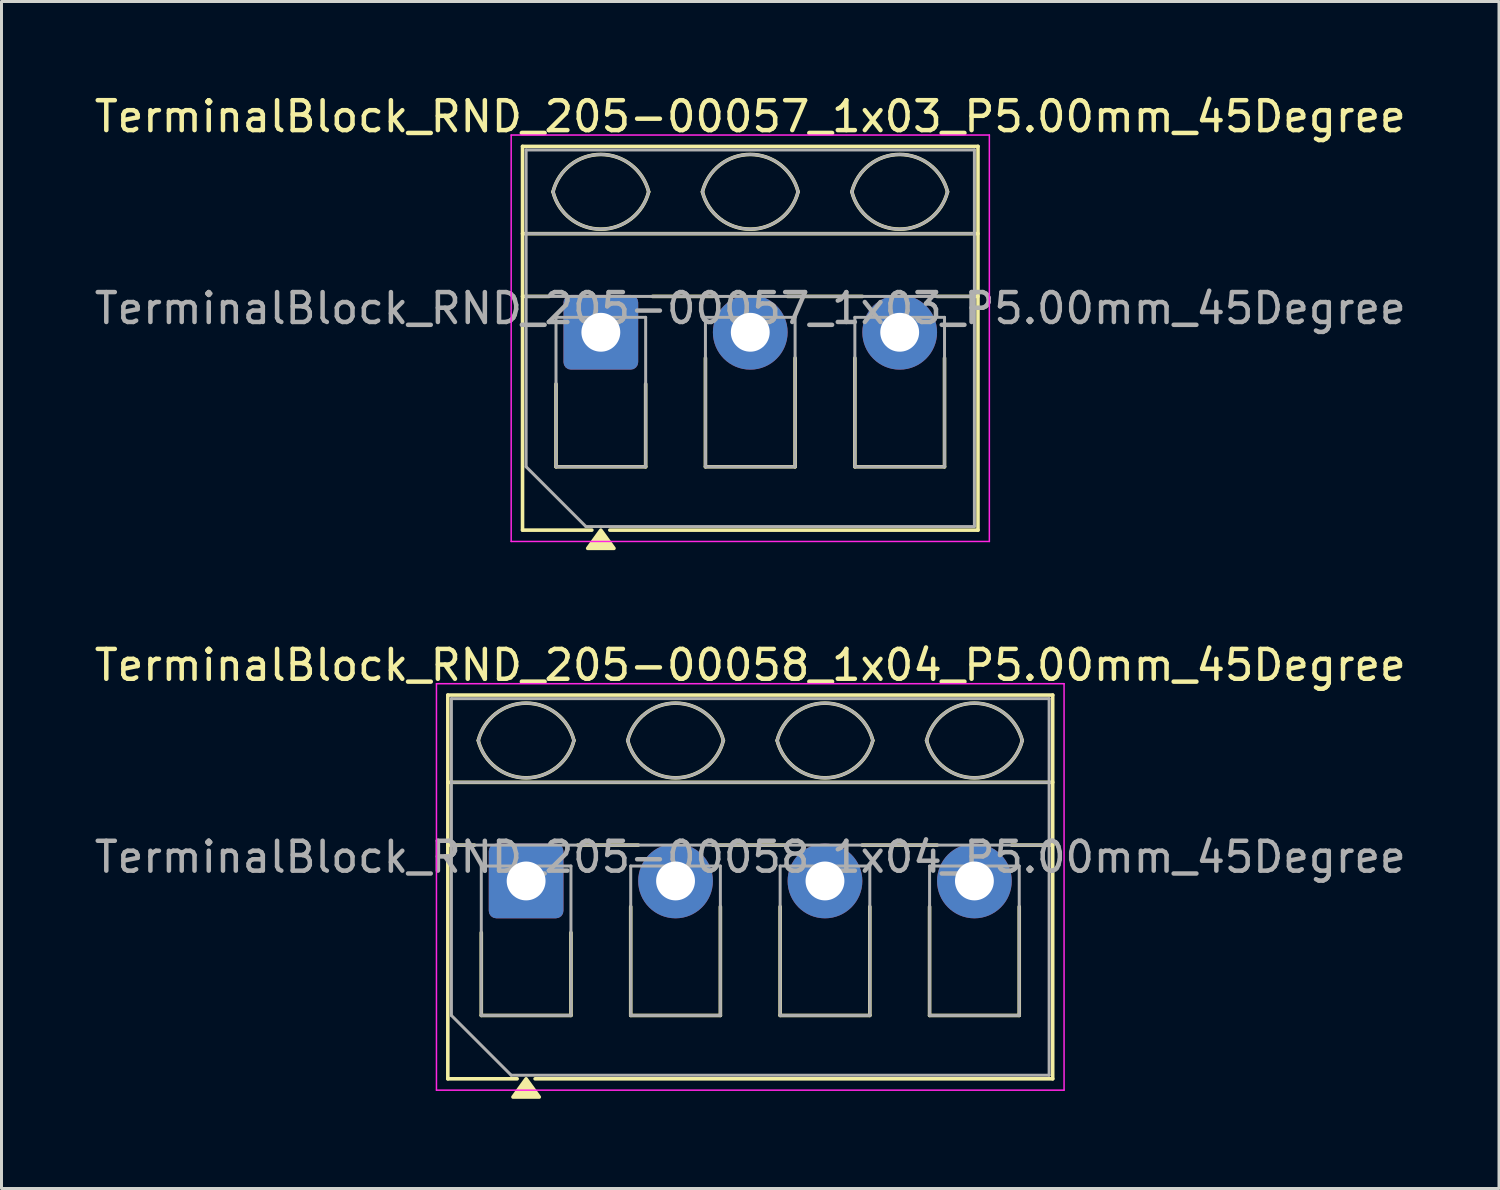
<source format=kicad_pcb>
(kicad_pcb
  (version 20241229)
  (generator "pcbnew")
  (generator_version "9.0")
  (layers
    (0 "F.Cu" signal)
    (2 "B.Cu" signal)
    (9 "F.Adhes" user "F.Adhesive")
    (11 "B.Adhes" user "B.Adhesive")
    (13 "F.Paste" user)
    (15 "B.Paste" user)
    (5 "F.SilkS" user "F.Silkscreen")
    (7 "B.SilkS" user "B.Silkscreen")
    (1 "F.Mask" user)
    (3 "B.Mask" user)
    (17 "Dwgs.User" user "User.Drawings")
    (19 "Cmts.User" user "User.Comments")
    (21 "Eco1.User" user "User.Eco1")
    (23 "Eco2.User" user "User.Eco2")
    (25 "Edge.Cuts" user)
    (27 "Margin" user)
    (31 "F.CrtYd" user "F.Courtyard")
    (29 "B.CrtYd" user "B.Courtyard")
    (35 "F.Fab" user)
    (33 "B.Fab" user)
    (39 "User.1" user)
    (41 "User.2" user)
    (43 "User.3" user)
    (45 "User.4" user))
  (footprint "TerminalBlock_RND_205-00058_1x04_P5.00mm_45Degree"
    (layer "F.Cu")
    (at 14.554 26.427)
    (property "Reference" "TerminalBlock_RND_205-00058_1x04_P5.00mm_45Degree" (at 7.5 -7.22 0) (layer "F.SilkS") (effects (font (size 1 1) (thickness 0.15))))
    (attr through_hole)
    (fp_line (start -2.62 -6.22) (end -2.62 6.62) (stroke (width 0.12) (type solid)) (layer "F.SilkS"))
    (fp_line (start -2.62 -6.22) (end 17.62 -6.22) (stroke (width 0.12) (type solid)) (layer "F.SilkS"))
    (fp_line (start -2.62 -3.3) (end 17.62 -3.3) (stroke (width 0.12) (type solid)) (layer "F.SilkS"))
    (fp_line (start -2.62 -1.2) (end -1.73 -1.2) (stroke (width 0.12) (type solid)) (layer "F.SilkS"))
    (fp_line (start -2.62 6.62) (end -0.3 6.62) (stroke (width 0.12) (type solid)) (layer "F.SilkS"))
    (fp_line (start -1.5 1.73) (end -1.5 4.5) (stroke (width 0.12) (type solid)) (layer "F.SilkS"))
    (fp_line (start -1.5 4.5) (end 1.5 4.5) (stroke (width 0.12) (type solid)) (layer "F.SilkS"))
    (fp_line (start 0.3 6.62) (end 17.62 6.62) (stroke (width 0.12) (type solid)) (layer "F.SilkS"))
    (fp_line (start 1.5 1.73) (end 1.5 4.5) (stroke (width 0.12) (type solid)) (layer "F.SilkS"))
    (fp_line (start 1.73 -1.2) (end 3.754 -1.2) (stroke (width 0.12) (type solid)) (layer "F.SilkS"))
    (fp_line (start 3.5 0.862) (end 3.5 4.5) (stroke (width 0.12) (type solid)) (layer "F.SilkS"))
    (fp_line (start 3.5 4.5) (end 6.5 4.5) (stroke (width 0.12) (type solid)) (layer "F.SilkS"))
    (fp_line (start 6.246 -1.2) (end 8.754 -1.2) (stroke (width 0.12) (type solid)) (layer "F.SilkS"))
    (fp_line (start 6.5 0.862) (end 6.5 4.5) (stroke (width 0.12) (type solid)) (layer "F.SilkS"))
    (fp_line (start 8.5 0.862) (end 8.5 4.5) (stroke (width 0.12) (type solid)) (layer "F.SilkS"))
    (fp_line (start 8.5 4.5) (end 11.5 4.5) (stroke (width 0.12) (type solid)) (layer "F.SilkS"))
    (fp_line (start 11.246 -1.2) (end 13.754 -1.2) (stroke (width 0.12) (type solid)) (layer "F.SilkS"))
    (fp_line (start 11.5 0.862) (end 11.5 4.5) (stroke (width 0.12) (type solid)) (layer "F.SilkS"))
    (fp_line (start 13.5 0.862) (end 13.5 4.5) (stroke (width 0.12) (type solid)) (layer "F.SilkS"))
    (fp_line (start 13.5 4.5) (end 16.5 4.5) (stroke (width 0.12) (type solid)) (layer "F.SilkS"))
    (fp_line (start 16.246 -1.2) (end 17.62 -1.2) (stroke (width 0.12) (type solid)) (layer "F.SilkS"))
    (fp_line (start 16.5 0.862) (end 16.5 4.5) (stroke (width 0.12) (type solid)) (layer "F.SilkS"))
    (fp_line (start 17.62 -6.22) (end 17.62 6.62) (stroke (width 0.12) (type solid)) (layer "F.SilkS"))
    (fp_arc (start -1.6 -4.7) (mid 0 -5.95) (end 1.6 -4.7) (stroke (width 0.12) (type solid)) (layer "F.SilkS"))
    (fp_arc (start 1.6 -4.7) (mid 0 -3.45) (end -1.6 -4.7) (stroke (width 0.12) (type solid)) (layer "F.SilkS"))
    (fp_arc (start 3.4 -4.7) (mid 5 -5.95) (end 6.6 -4.7) (stroke (width 0.12) (type solid)) (layer "F.SilkS"))
    (fp_arc (start 6.6 -4.7) (mid 5 -3.45) (end 3.4 -4.7) (stroke (width 0.12) (type solid)) (layer "F.SilkS"))
    (fp_arc (start 8.4 -4.7) (mid 10 -5.95) (end 11.6 -4.7) (stroke (width 0.12) (type solid)) (layer "F.SilkS"))
    (fp_arc (start 11.6 -4.7) (mid 10 -3.45) (end 8.4 -4.7) (stroke (width 0.12) (type solid)) (layer "F.SilkS"))
    (fp_arc (start 13.4 -4.7) (mid 15 -5.95) (end 16.6 -4.7) (stroke (width 0.12) (type solid)) (layer "F.SilkS"))
    (fp_arc (start 16.6 -4.7) (mid 15 -3.45) (end 13.4 -4.7) (stroke (width 0.12) (type solid)) (layer "F.SilkS"))
    (fp_poly (pts (xy 0 6.62) (xy 0.44 7.23) (xy -0.44 7.23)) (stroke (width 0.12) (type solid)) (fill yes) (layer "F.SilkS"))
    (fp_line (start -3 -6.6) (end -3 7) (stroke (width 0.05) (type solid)) (layer "F.CrtYd"))
    (fp_line (start -3 7) (end 18 7) (stroke (width 0.05) (type solid)) (layer "F.CrtYd"))
    (fp_line (start 18 -6.6) (end -3 -6.6) (stroke (width 0.05) (type solid)) (layer "F.CrtYd"))
    (fp_line (start 18 7) (end 18 -6.6) (stroke (width 0.05) (type solid)) (layer "F.CrtYd"))
    (fp_line (start -2.5 -6.1) (end 17.5 -6.1) (stroke (width 0.1) (type solid)) (layer "F.Fab"))
    (fp_line (start -2.5 -3.3) (end 17.5 -3.3) (stroke (width 0.1) (type solid)) (layer "F.Fab"))
    (fp_line (start -2.5 -1.2) (end 17.5 -1.2) (stroke (width 0.1) (type solid)) (layer "F.Fab"))
    (fp_line (start -2.5 4.5) (end -2.5 -6.1) (stroke (width 0.1) (type solid)) (layer "F.Fab"))
    (fp_line (start -1.5 -0.5) (end -1.5 4.5) (stroke (width 0.1) (type solid)) (layer "F.Fab"))
    (fp_line (start -1.5 4.5) (end 1.5 4.5) (stroke (width 0.1) (type solid)) (layer "F.Fab"))
    (fp_line (start -0.5 6.5) (end -2.5 4.5) (stroke (width 0.1) (type solid)) (layer "F.Fab"))
    (fp_line (start 1.5 -0.5) (end -1.5 -0.5) (stroke (width 0.1) (type solid)) (layer "F.Fab"))
    (fp_line (start 1.5 4.5) (end 1.5 -0.5) (stroke (width 0.1) (type solid)) (layer "F.Fab"))
    (fp_line (start 3.5 -0.5) (end 3.5 4.5) (stroke (width 0.1) (type solid)) (layer "F.Fab"))
    (fp_line (start 3.5 4.5) (end 6.5 4.5) (stroke (width 0.1) (type solid)) (layer "F.Fab"))
    (fp_line (start 6.5 -0.5) (end 3.5 -0.5) (stroke (width 0.1) (type solid)) (layer "F.Fab"))
    (fp_line (start 6.5 4.5) (end 6.5 -0.5) (stroke (width 0.1) (type solid)) (layer "F.Fab"))
    (fp_line (start 8.5 -0.5) (end 8.5 4.5) (stroke (width 0.1) (type solid)) (layer "F.Fab"))
    (fp_line (start 8.5 4.5) (end 11.5 4.5) (stroke (width 0.1) (type solid)) (layer "F.Fab"))
    (fp_line (start 11.5 -0.5) (end 8.5 -0.5) (stroke (width 0.1) (type solid)) (layer "F.Fab"))
    (fp_line (start 11.5 4.5) (end 11.5 -0.5) (stroke (width 0.1) (type solid)) (layer "F.Fab"))
    (fp_line (start 13.5 -0.5) (end 13.5 4.5) (stroke (width 0.1) (type solid)) (layer "F.Fab"))
    (fp_line (start 13.5 4.5) (end 16.5 4.5) (stroke (width 0.1) (type solid)) (layer "F.Fab"))
    (fp_line (start 16.5 -0.5) (end 13.5 -0.5) (stroke (width 0.1) (type solid)) (layer "F.Fab"))
    (fp_line (start 16.5 4.5) (end 16.5 -0.5) (stroke (width 0.1) (type solid)) (layer "F.Fab"))
    (fp_line (start 17.5 -6.1) (end 17.5 6.5) (stroke (width 0.1) (type solid)) (layer "F.Fab"))
    (fp_line (start 17.5 6.5) (end -0.5 6.5) (stroke (width 0.1) (type solid)) (layer "F.Fab"))
    (fp_arc (start -1.6 -4.7) (mid 0 -5.95) (end 1.6 -4.7) (stroke (width 0.1) (type solid)) (layer "F.Fab"))
    (fp_arc (start 1.6 -4.7) (mid 0 -3.45) (end -1.6 -4.7) (stroke (width 0.1) (type solid)) (layer "F.Fab"))
    (fp_arc (start 3.4 -4.7) (mid 5 -5.95) (end 6.6 -4.7) (stroke (width 0.1) (type solid)) (layer "F.Fab"))
    (fp_arc (start 6.6 -4.7) (mid 5 -3.45) (end 3.4 -4.7) (stroke (width 0.1) (type solid)) (layer "F.Fab"))
    (fp_arc (start 8.4 -4.7) (mid 10 -5.95) (end 11.6 -4.7) (stroke (width 0.1) (type solid)) (layer "F.Fab"))
    (fp_arc (start 11.6 -4.7) (mid 10 -3.45) (end 8.4 -4.7) (stroke (width 0.1) (type solid)) (layer "F.Fab"))
    (fp_arc (start 13.4 -4.7) (mid 15 -5.95) (end 16.6 -4.7) (stroke (width 0.1) (type solid)) (layer "F.Fab"))
    (fp_arc (start 16.6 -4.7) (mid 15 -3.45) (end 13.4 -4.7) (stroke (width 0.1) (type solid)) (layer "F.Fab"))
    (fp_text user "${REFERENCE}" (at 7.5 -0.8 0) (layer "F.Fab") (effects (font (size 1 1) (thickness 0.15))))
    (pad "1" thru_hole roundrect (at 0 0) (size 2.5 2.5) (drill 1.3) (layers "*.Cu" "*.Mask") (roundrect_rratio 0.1))
    (pad "2" thru_hole circle (at 5 0) (size 2.5 2.5) (drill 1.3) (layers "*.Cu" "*.Mask"))
    (pad "3" thru_hole circle (at 10 0) (size 2.5 2.5) (drill 1.3) (layers "*.Cu" "*.Mask"))
    (pad "4" thru_hole circle (at 15 0) (size 2.5 2.5) (drill 1.3) (layers "*.Cu" "*.Mask")))
  (footprint "TerminalBlock_RND_205-00057_1x03_P5.00mm_45Degree"
    (layer "F.Cu")
    (at 17.054 8.068)
    (property "Reference" "TerminalBlock_RND_205-00057_1x03_P5.00mm_45Degree" (at 5 -7.22 0) (layer "F.SilkS") (effects (font (size 1 1) (thickness 0.15))))
    (attr through_hole)
    (fp_line (start -2.62 -6.22) (end -2.62 6.62) (stroke (width 0.12) (type solid)) (layer "F.SilkS"))
    (fp_line (start -2.62 -6.22) (end 12.62 -6.22) (stroke (width 0.12) (type solid)) (layer "F.SilkS"))
    (fp_line (start -2.62 -3.3) (end 12.62 -3.3) (stroke (width 0.12) (type solid)) (layer "F.SilkS"))
    (fp_line (start -2.62 -1.2) (end -1.73 -1.2) (stroke (width 0.12) (type solid)) (layer "F.SilkS"))
    (fp_line (start -2.62 6.62) (end -0.3 6.62) (stroke (width 0.12) (type solid)) (layer "F.SilkS"))
    (fp_line (start -1.5 1.73) (end -1.5 4.5) (stroke (width 0.12) (type solid)) (layer "F.SilkS"))
    (fp_line (start -1.5 4.5) (end 1.5 4.5) (stroke (width 0.12) (type solid)) (layer "F.SilkS"))
    (fp_line (start 0.3 6.62) (end 12.62 6.62) (stroke (width 0.12) (type solid)) (layer "F.SilkS"))
    (fp_line (start 1.5 1.73) (end 1.5 4.5) (stroke (width 0.12) (type solid)) (layer "F.SilkS"))
    (fp_line (start 1.73 -1.2) (end 3.754 -1.2) (stroke (width 0.12) (type solid)) (layer "F.SilkS"))
    (fp_line (start 3.5 0.862) (end 3.5 4.5) (stroke (width 0.12) (type solid)) (layer "F.SilkS"))
    (fp_line (start 3.5 4.5) (end 6.5 4.5) (stroke (width 0.12) (type solid)) (layer "F.SilkS"))
    (fp_line (start 6.246 -1.2) (end 8.754 -1.2) (stroke (width 0.12) (type solid)) (layer "F.SilkS"))
    (fp_line (start 6.5 0.862) (end 6.5 4.5) (stroke (width 0.12) (type solid)) (layer "F.SilkS"))
    (fp_line (start 8.5 0.862) (end 8.5 4.5) (stroke (width 0.12) (type solid)) (layer "F.SilkS"))
    (fp_line (start 8.5 4.5) (end 11.5 4.5) (stroke (width 0.12) (type solid)) (layer "F.SilkS"))
    (fp_line (start 11.246 -1.2) (end 12.62 -1.2) (stroke (width 0.12) (type solid)) (layer "F.SilkS"))
    (fp_line (start 11.5 0.862) (end 11.5 4.5) (stroke (width 0.12) (type solid)) (layer "F.SilkS"))
    (fp_line (start 12.62 -6.22) (end 12.62 6.62) (stroke (width 0.12) (type solid)) (layer "F.SilkS"))
    (fp_arc (start -1.6 -4.7) (mid 0 -5.95) (end 1.6 -4.7) (stroke (width 0.12) (type solid)) (layer "F.SilkS"))
    (fp_arc (start 1.6 -4.7) (mid 0 -3.45) (end -1.6 -4.7) (stroke (width 0.12) (type solid)) (layer "F.SilkS"))
    (fp_arc (start 3.4 -4.7) (mid 5 -5.95) (end 6.6 -4.7) (stroke (width 0.12) (type solid)) (layer "F.SilkS"))
    (fp_arc (start 6.6 -4.7) (mid 5 -3.45) (end 3.4 -4.7) (stroke (width 0.12) (type solid)) (layer "F.SilkS"))
    (fp_arc (start 8.4 -4.7) (mid 10 -5.95) (end 11.6 -4.7) (stroke (width 0.12) (type solid)) (layer "F.SilkS"))
    (fp_arc (start 11.6 -4.7) (mid 10 -3.45) (end 8.4 -4.7) (stroke (width 0.12) (type solid)) (layer "F.SilkS"))
    (fp_poly (pts (xy 0 6.62) (xy 0.44 7.23) (xy -0.44 7.23)) (stroke (width 0.12) (type solid)) (fill yes) (layer "F.SilkS"))
    (fp_line (start -3 -6.6) (end -3 7) (stroke (width 0.05) (type solid)) (layer "F.CrtYd"))
    (fp_line (start -3 7) (end 13 7) (stroke (width 0.05) (type solid)) (layer "F.CrtYd"))
    (fp_line (start 13 -6.6) (end -3 -6.6) (stroke (width 0.05) (type solid)) (layer "F.CrtYd"))
    (fp_line (start 13 7) (end 13 -6.6) (stroke (width 0.05) (type solid)) (layer "F.CrtYd"))
    (fp_line (start -2.5 -6.1) (end 12.5 -6.1) (stroke (width 0.1) (type solid)) (layer "F.Fab"))
    (fp_line (start -2.5 -3.3) (end 12.5 -3.3) (stroke (width 0.1) (type solid)) (layer "F.Fab"))
    (fp_line (start -2.5 -1.2) (end 12.5 -1.2) (stroke (width 0.1) (type solid)) (layer "F.Fab"))
    (fp_line (start -2.5 4.5) (end -2.5 -6.1) (stroke (width 0.1) (type solid)) (layer "F.Fab"))
    (fp_line (start -1.5 -0.5) (end -1.5 4.5) (stroke (width 0.1) (type solid)) (layer "F.Fab"))
    (fp_line (start -1.5 4.5) (end 1.5 4.5) (stroke (width 0.1) (type solid)) (layer "F.Fab"))
    (fp_line (start -0.5 6.5) (end -2.5 4.5) (stroke (width 0.1) (type solid)) (layer "F.Fab"))
    (fp_line (start 1.5 -0.5) (end -1.5 -0.5) (stroke (width 0.1) (type solid)) (layer "F.Fab"))
    (fp_line (start 1.5 4.5) (end 1.5 -0.5) (stroke (width 0.1) (type solid)) (layer "F.Fab"))
    (fp_line (start 3.5 -0.5) (end 3.5 4.5) (stroke (width 0.1) (type solid)) (layer "F.Fab"))
    (fp_line (start 3.5 4.5) (end 6.5 4.5) (stroke (width 0.1) (type solid)) (layer "F.Fab"))
    (fp_line (start 6.5 -0.5) (end 3.5 -0.5) (stroke (width 0.1) (type solid)) (layer "F.Fab"))
    (fp_line (start 6.5 4.5) (end 6.5 -0.5) (stroke (width 0.1) (type solid)) (layer "F.Fab"))
    (fp_line (start 8.5 -0.5) (end 8.5 4.5) (stroke (width 0.1) (type solid)) (layer "F.Fab"))
    (fp_line (start 8.5 4.5) (end 11.5 4.5) (stroke (width 0.1) (type solid)) (layer "F.Fab"))
    (fp_line (start 11.5 -0.5) (end 8.5 -0.5) (stroke (width 0.1) (type solid)) (layer "F.Fab"))
    (fp_line (start 11.5 4.5) (end 11.5 -0.5) (stroke (width 0.1) (type solid)) (layer "F.Fab"))
    (fp_line (start 12.5 -6.1) (end 12.5 6.5) (stroke (width 0.1) (type solid)) (layer "F.Fab"))
    (fp_line (start 12.5 6.5) (end -0.5 6.5) (stroke (width 0.1) (type solid)) (layer "F.Fab"))
    (fp_arc (start -1.6 -4.7) (mid 0 -5.95) (end 1.6 -4.7) (stroke (width 0.1) (type solid)) (layer "F.Fab"))
    (fp_arc (start 1.6 -4.7) (mid 0 -3.45) (end -1.6 -4.7) (stroke (width 0.1) (type solid)) (layer "F.Fab"))
    (fp_arc (start 3.4 -4.7) (mid 5 -5.95) (end 6.6 -4.7) (stroke (width 0.1) (type solid)) (layer "F.Fab"))
    (fp_arc (start 6.6 -4.7) (mid 5 -3.45) (end 3.4 -4.7) (stroke (width 0.1) (type solid)) (layer "F.Fab"))
    (fp_arc (start 8.4 -4.7) (mid 10 -5.95) (end 11.6 -4.7) (stroke (width 0.1) (type solid)) (layer "F.Fab"))
    (fp_arc (start 11.6 -4.7) (mid 10 -3.45) (end 8.4 -4.7) (stroke (width 0.1) (type solid)) (layer "F.Fab"))
    (fp_text user "${REFERENCE}" (at 5 -0.8 0) (layer "F.Fab") (effects (font (size 1 1) (thickness 0.15))))
    (pad "1" thru_hole roundrect (at 0 0) (size 2.5 2.5) (drill 1.3) (layers "*.Cu" "*.Mask") (roundrect_rratio 0.1))
    (pad "2" thru_hole circle (at 5 0) (size 2.5 2.5) (drill 1.3) (layers "*.Cu" "*.Mask"))
    (pad "3" thru_hole circle (at 10 0) (size 2.5 2.5) (drill 1.3) (layers "*.Cu" "*.Mask")))
  (gr_rect
    (start -3 -3)
    (end 47.107 36.717)
    (stroke (width 0.1) (type default))
    (fill no)
    (layer "Edge.Cuts")))
</source>
